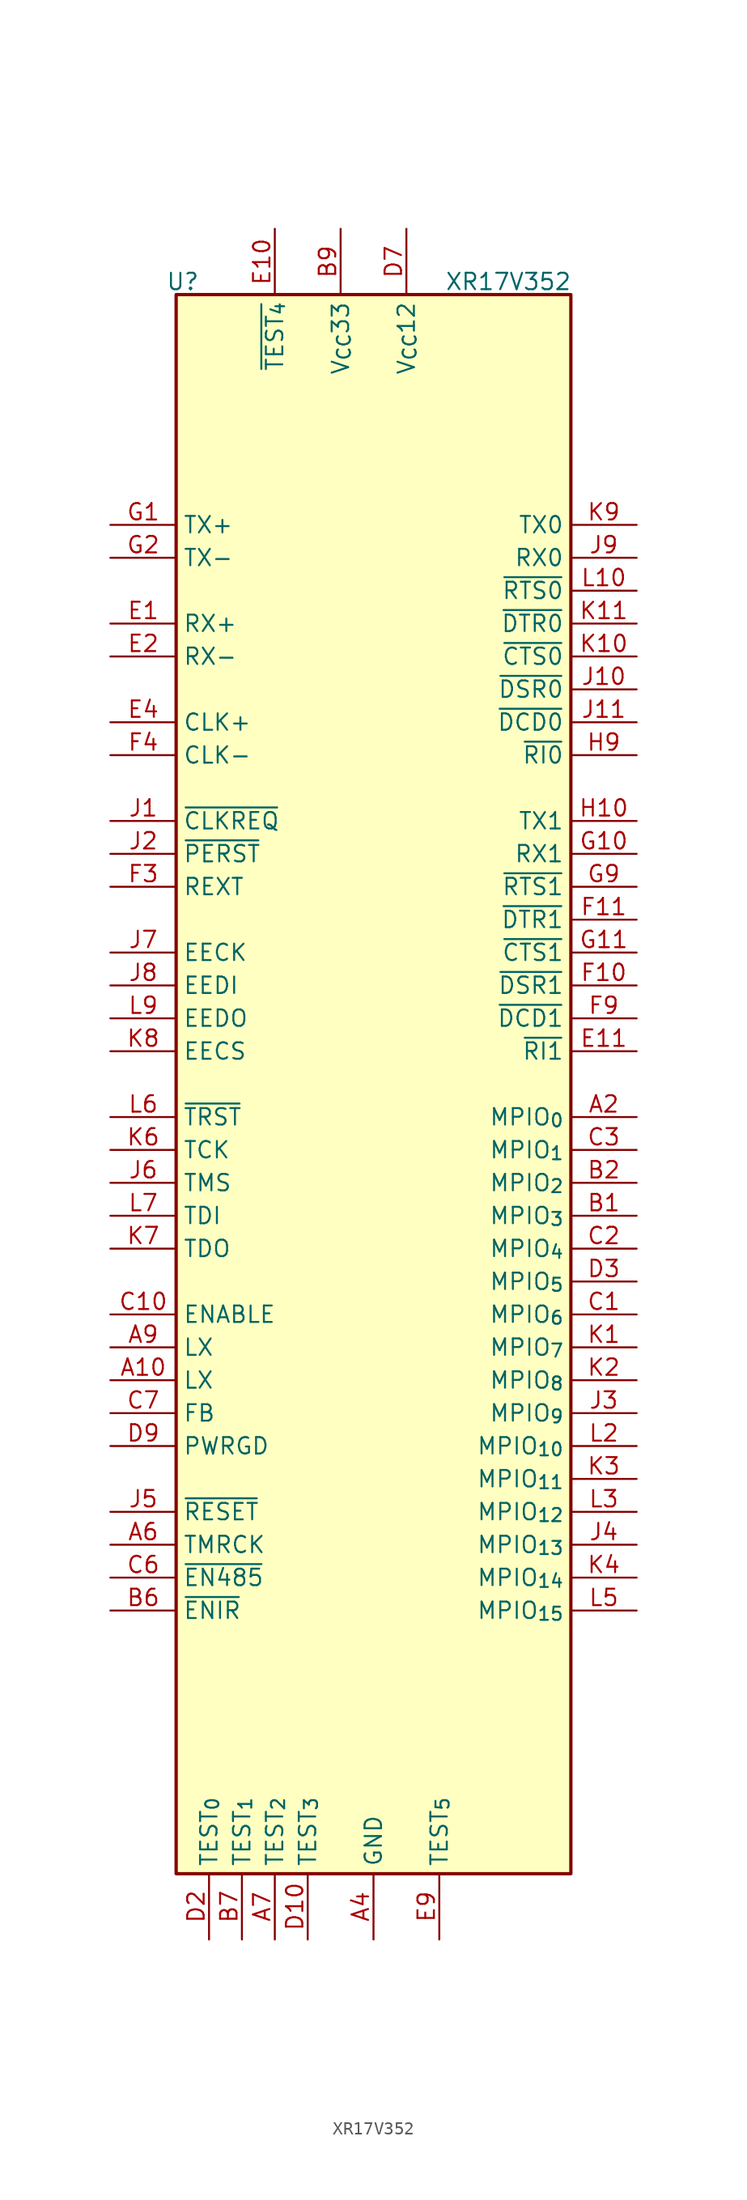
<source format=kicad_sym>
(kicad_symbol_lib
  (version 20241209)
  (generator "kicad_symbol_editor")
  (generator_version "9.0")
  (symbol "XR17V352"
    (property "Reference" "U"
      (at -14.732 61.214 0)
      (effects (font (size 1.27 1.27)) (justify bottom)))
    (property "Value" "XR17V352"
      (at 10.414 61.214 0)
      (effects (font (size 1.27 1.27)) (justify bottom)))
    (symbol "XR17V352_1_1"
      (rectangle (start -15.24 60.96) (end 15.24 -60.96) (stroke (width 0.254) (type solid)) (fill (type background)))
      (pin output line (at -20.32 43.18 0) (length 5.08) (name "TX+" (effects (font (size 1.27 1.27)))) (number "G1" (effects (font (size 1.27 1.27)))))
      (pin output line (at -20.32 40.64 0) (length 5.08) (name "TX-" (effects (font (size 1.27 1.27)))) (number "G2" (effects (font (size 1.27 1.27)))))
      (pin input line (at -20.32 35.56 0) (length 5.08) (name "RX+" (effects (font (size 1.27 1.27)))) (number "E1" (effects (font (size 1.27 1.27)))))
      (pin input line (at -20.32 33.02 0) (length 5.08) (name "RX-" (effects (font (size 1.27 1.27)))) (number "E2" (effects (font (size 1.27 1.27)))))
      (pin input line (at -20.32 27.94 0) (length 5.08) (name "CLK+" (effects (font (size 1.27 1.27)))) (number "E4" (effects (font (size 1.27 1.27)))))
      (pin input line (at -20.32 25.4 0) (length 5.08) (name "CLK-" (effects (font (size 1.27 1.27)))) (number "F4" (effects (font (size 1.27 1.27)))))
      (pin output line (at -20.32 20.32 0) (length 5.08) (name "~{CLKREQ}" (effects (font (size 1.27 1.27)))) (number "J1" (effects (font (size 1.27 1.27)))))
      (pin input line (at -20.32 17.78 0) (length 5.08) (name "~{PERST}" (effects (font (size 1.27 1.27)))) (number "J2" (effects (font (size 1.27 1.27)))))
      (pin passive line (at -20.32 15.24 0) (length 5.08) (name "REXT" (effects (font (size 1.27 1.27)))) (number "F3" (effects (font (size 1.27 1.27)))))
      (pin output line (at -20.32 10.16 0) (length 5.08) (name "EECK" (effects (font (size 1.27 1.27)))) (number "J7" (effects (font (size 1.27 1.27)))))
      (pin output line (at -20.32 7.62 0) (length 5.08) (name "EEDI" (effects (font (size 1.27 1.27)))) (number "J8" (effects (font (size 1.27 1.27)))))
      (pin input line (at -20.32 5.08 0) (length 5.08) (name "EEDO" (effects (font (size 1.27 1.27)))) (number "L9" (effects (font (size 1.27 1.27)))))
      (pin bidirectional line (at -20.32 2.54 0) (length 5.08) (name "EECS" (effects (font (size 1.27 1.27)))) (number "K8" (effects (font (size 1.27 1.27)))))
      (pin input line (at -20.32 -2.54 0) (length 5.08) (name "~{TRST}" (effects (font (size 1.27 1.27)))) (number "L6" (effects (font (size 1.27 1.27)))))
      (pin input line (at -20.32 -5.08 0) (length 5.08) (name "TCK" (effects (font (size 1.27 1.27)))) (number "K6" (effects (font (size 1.27 1.27)))))
      (pin input line (at -20.32 -7.62 0) (length 5.08) (name "TMS" (effects (font (size 1.27 1.27)))) (number "J6" (effects (font (size 1.27 1.27)))))
      (pin input line (at -20.32 -10.16 0) (length 5.08) (name "TDI" (effects (font (size 1.27 1.27)))) (number "L7" (effects (font (size 1.27 1.27)))))
      (pin output line (at -20.32 -12.7 0) (length 5.08) (name "TDO" (effects (font (size 1.27 1.27)))) (number "K7" (effects (font (size 1.27 1.27)))))
      (pin input line (at -20.32 -17.78 0) (length 5.08) (name "ENABLE" (effects (font (size 1.27 1.27)))) (number "C10" (effects (font (size 1.27 1.27)))))
      (pin output line (at -20.32 -20.32 0) (length 5.08) (name "LX" (effects (font (size 1.27 1.27)))) (number "A9" (effects (font (size 1.27 1.27)))))
      (pin output line (at -20.32 -22.86 0) (length 5.08) (name "LX" (effects (font (size 1.27 1.27)))) (number "A10" (effects (font (size 1.27 1.27)))))
      (pin input line (at -20.32 -25.4 0) (length 5.08) (name "FB" (effects (font (size 1.27 1.27)))) (number "C7" (effects (font (size 1.27 1.27)))))
      (pin output line (at -20.32 -27.94 0) (length 5.08) (name "PWRGD" (effects (font (size 1.27 1.27)))) (number "D9" (effects (font (size 1.27 1.27)))))
      (pin input line (at -20.32 -33.02 0) (length 5.08) (name "~{RESET}" (effects (font (size 1.27 1.27)))) (number "J5" (effects (font (size 1.27 1.27)))))
      (pin input line (at -20.32 -35.56 0) (length 5.08) (name "TMRCK" (effects (font (size 1.27 1.27)))) (number "A6" (effects (font (size 1.27 1.27)))))
      (pin input line (at -20.32 -38.1 0) (length 5.08) (name "~{EN485}" (effects (font (size 1.27 1.27)))) (number "C6" (effects (font (size 1.27 1.27)))))
      (pin input line (at -20.32 -40.64 0) (length 5.08) (name "~{ENIR}" (effects (font (size 1.27 1.27)))) (number "B6" (effects (font (size 1.27 1.27)))))
      (pin input line (at -12.7 -66.04 90) (length 5.08) (name "TEST_{0}" (effects (font (size 1.27 1.27)))) (number "D2" (effects (font (size 1.27 1.27)))))
      (pin input line (at -10.16 -66.04 90) (length 5.08) (name "TEST_{1}" (effects (font (size 1.27 1.27)))) (number "B7" (effects (font (size 1.27 1.27)))))
      (pin input line (at -7.62 66.04 270) (length 5.08) (name "~{TEST_{4}}" (effects (font (size 1.27 1.27)))) (number "E10" (effects (font (size 1.27 1.27)))))
      (pin input line (at -7.62 -66.04 90) (length 5.08) (name "TEST_{2}" (effects (font (size 1.27 1.27)))) (number "A7" (effects (font (size 1.27 1.27)))))
      (pin input line (at -5.08 -66.04 90) (length 5.08) (name "TEST_{3}" (effects (font (size 1.27 1.27)))) (number "D10" (effects (font (size 1.27 1.27)))))
      (pin passive line (at -2.54 66.04 270) (length 5.08) (hide yes) (name "V_{CC}33" (effects (font (size 1.27 1.27)))) (number "B10" (effects (font (size 1.27 1.27)))))
      (pin passive line (at -2.54 66.04 270) (length 5.08) (hide yes) (name "V_{CC}33" (effects (font (size 1.27 1.27)))) (number "B11" (effects (font (size 1.27 1.27)))))
      (pin power_in line (at -2.54 66.04 270) (length 5.08) (name "V_{CC}33" (effects (font (size 1.27 1.27)))) (number "B9" (effects (font (size 1.27 1.27)))))
      (pin passive line (at -2.54 66.04 270) (length 5.08) (hide yes) (name "V_{CC}33" (effects (font (size 1.27 1.27)))) (number "C9" (effects (font (size 1.27 1.27)))))
      (pin passive line (at -2.54 66.04 270) (length 5.08) (hide yes) (name "V_{CC}33" (effects (font (size 1.27 1.27)))) (number "D5" (effects (font (size 1.27 1.27)))))
      (pin passive line (at -2.54 66.04 270) (length 5.08) (hide yes) (name "V_{CC}33" (effects (font (size 1.27 1.27)))) (number "E8" (effects (font (size 1.27 1.27)))))
      (pin passive line (at -2.54 66.04 270) (length 5.08) (hide yes) (name "V_{CC}33" (effects (font (size 1.27 1.27)))) (number "H3" (effects (font (size 1.27 1.27)))))
      (pin passive line (at -2.54 66.04 270) (length 5.08) (hide yes) (name "V_{CC}33" (effects (font (size 1.27 1.27)))) (number "H7" (effects (font (size 1.27 1.27)))))
      (pin power_in line (at 0 -66.04 90) (length 5.08) (name "GND" (effects (font (size 1.27 1.27)))) (number "A4" (effects (font (size 1.27 1.27)))))
      (pin passive line (at 0 -66.04 90) (length 5.08) (hide yes) (name "GND" (effects (font (size 1.27 1.27)))) (number "A8" (effects (font (size 1.27 1.27)))))
      (pin passive line (at 0 -66.04 90) (length 5.08) (hide yes) (name "GND" (effects (font (size 1.27 1.27)))) (number "B8" (effects (font (size 1.27 1.27)))))
      (pin passive line (at 0 -66.04 90) (length 5.08) (hide yes) (name "GND" (effects (font (size 1.27 1.27)))) (number "C8" (effects (font (size 1.27 1.27)))))
      (pin passive line (at 0 -66.04 90) (length 5.08) (hide yes) (name "GND" (effects (font (size 1.27 1.27)))) (number "D1" (effects (font (size 1.27 1.27)))))
      (pin passive line (at 0 -66.04 90) (length 5.08) (hide yes) (name "GND" (effects (font (size 1.27 1.27)))) (number "D11" (effects (font (size 1.27 1.27)))))
      (pin passive line (at 0 -66.04 90) (length 5.08) (hide yes) (name "GND" (effects (font (size 1.27 1.27)))) (number "D4" (effects (font (size 1.27 1.27)))))
      (pin passive line (at 0 -66.04 90) (length 5.08) (hide yes) (name "GND" (effects (font (size 1.27 1.27)))) (number "D6" (effects (font (size 1.27 1.27)))))
      (pin passive line (at 0 -66.04 90) (length 5.08) (hide yes) (name "GND" (effects (font (size 1.27 1.27)))) (number "D8" (effects (font (size 1.27 1.27)))))
      (pin passive line (at 0 -66.04 90) (length 5.08) (hide yes) (name "GND" (effects (font (size 1.27 1.27)))) (number "E3" (effects (font (size 1.27 1.27)))))
      (pin passive line (at 0 -66.04 90) (length 5.08) (hide yes) (name "GND" (effects (font (size 1.27 1.27)))) (number "E5" (effects (font (size 1.27 1.27)))))
      (pin passive line (at 0 -66.04 90) (length 5.08) (hide yes) (name "GND" (effects (font (size 1.27 1.27)))) (number "F1" (effects (font (size 1.27 1.27)))))
      (pin passive line (at 0 -66.04 90) (length 5.08) (hide yes) (name "GND" (effects (font (size 1.27 1.27)))) (number "F2" (effects (font (size 1.27 1.27)))))
      (pin passive line (at 0 -66.04 90) (length 5.08) (hide yes) (name "GND" (effects (font (size 1.27 1.27)))) (number "F8" (effects (font (size 1.27 1.27)))))
      (pin passive line (at 0 -66.04 90) (length 5.08) (hide yes) (name "GND" (effects (font (size 1.27 1.27)))) (number "G3" (effects (font (size 1.27 1.27)))))
      (pin passive line (at 0 -66.04 90) (length 5.08) (hide yes) (name "GND" (effects (font (size 1.27 1.27)))) (number "G4" (effects (font (size 1.27 1.27)))))
      (pin passive line (at 0 -66.04 90) (length 5.08) (hide yes) (name "GND" (effects (font (size 1.27 1.27)))) (number "H1" (effects (font (size 1.27 1.27)))))
      (pin passive line (at 0 -66.04 90) (length 5.08) (hide yes) (name "GND" (effects (font (size 1.27 1.27)))) (number "H11" (effects (font (size 1.27 1.27)))))
      (pin passive line (at 0 -66.04 90) (length 5.08) (hide yes) (name "GND" (effects (font (size 1.27 1.27)))) (number "H4" (effects (font (size 1.27 1.27)))))
      (pin passive line (at 0 -66.04 90) (length 5.08) (hide yes) (name "GND" (effects (font (size 1.27 1.27)))) (number "H6" (effects (font (size 1.27 1.27)))))
      (pin passive line (at 0 -66.04 90) (length 5.08) (hide yes) (name "GND" (effects (font (size 1.27 1.27)))) (number "H8" (effects (font (size 1.27 1.27)))))
      (pin passive line (at 0 -66.04 90) (length 5.08) (hide yes) (name "GND" (effects (font (size 1.27 1.27)))) (number "L4" (effects (font (size 1.27 1.27)))))
      (pin passive line (at 0 -66.04 90) (length 5.08) (hide yes) (name "GND" (effects (font (size 1.27 1.27)))) (number "L8" (effects (font (size 1.27 1.27)))))
      (pin power_in line (at 2.54 66.04 270) (length 5.08) (name "V_{CC}12" (effects (font (size 1.27 1.27)))) (number "D7" (effects (font (size 1.27 1.27)))))
      (pin passive line (at 2.54 66.04 270) (length 5.08) (hide yes) (name "V_{CC}12" (effects (font (size 1.27 1.27)))) (number "G8" (effects (font (size 1.27 1.27)))))
      (pin passive line (at 2.54 66.04 270) (length 5.08) (hide yes) (name "V_{CC}12" (effects (font (size 1.27 1.27)))) (number "H2" (effects (font (size 1.27 1.27)))))
      (pin passive line (at 2.54 66.04 270) (length 5.08) (hide yes) (name "V_{CC}12" (effects (font (size 1.27 1.27)))) (number "H5" (effects (font (size 1.27 1.27)))))
      (pin bidirectional line (at 5.08 -66.04 90) (length 5.08) (name "TEST_{5}" (effects (font (size 1.27 1.27)))) (number "E9" (effects (font (size 1.27 1.27)))))
      (pin no_connect line (at 12.7 -66.04 90) (length 5.08) (hide yes) (name "NC" (effects (font (size 1.27 1.27)))) (number "A1" (effects (font (size 1.27 1.27)))))
      (pin no_connect line (at 12.7 -66.04 90) (length 5.08) (hide yes) (name "NC" (effects (font (size 1.27 1.27)))) (number "A11" (effects (font (size 1.27 1.27)))))
      (pin no_connect line (at 12.7 -66.04 90) (length 5.08) (hide yes) (name "NC" (effects (font (size 1.27 1.27)))) (number "A3" (effects (font (size 1.27 1.27)))))
      (pin no_connect line (at 12.7 -66.04 90) (length 5.08) (hide yes) (name "NC" (effects (font (size 1.27 1.27)))) (number "A5" (effects (font (size 1.27 1.27)))))
      (pin no_connect line (at 12.7 -66.04 90) (length 5.08) (hide yes) (name "NC" (effects (font (size 1.27 1.27)))) (number "B3" (effects (font (size 1.27 1.27)))))
      (pin no_connect line (at 12.7 -66.04 90) (length 5.08) (hide yes) (name "NC" (effects (font (size 1.27 1.27)))) (number "B4" (effects (font (size 1.27 1.27)))))
      (pin no_connect line (at 12.7 -66.04 90) (length 5.08) (hide yes) (name "NC" (effects (font (size 1.27 1.27)))) (number "B5" (effects (font (size 1.27 1.27)))))
      (pin no_connect line (at 12.7 -66.04 90) (length 5.08) (hide yes) (name "NC" (effects (font (size 1.27 1.27)))) (number "C11" (effects (font (size 1.27 1.27)))))
      (pin no_connect line (at 12.7 -66.04 90) (length 5.08) (hide yes) (name "NC" (effects (font (size 1.27 1.27)))) (number "C4" (effects (font (size 1.27 1.27)))))
      (pin no_connect line (at 12.7 -66.04 90) (length 5.08) (hide yes) (name "NC" (effects (font (size 1.27 1.27)))) (number "C5" (effects (font (size 1.27 1.27)))))
      (pin no_connect line (at 12.7 -66.04 90) (length 5.08) (hide yes) (name "NC" (effects (font (size 1.27 1.27)))) (number "K5" (effects (font (size 1.27 1.27)))))
      (pin no_connect line (at 12.7 -66.04 90) (length 5.08) (hide yes) (name "NC" (effects (font (size 1.27 1.27)))) (number "L1" (effects (font (size 1.27 1.27)))))
      (pin no_connect line (at 12.7 -66.04 90) (length 5.08) (hide yes) (name "NC" (effects (font (size 1.27 1.27)))) (number "L11" (effects (font (size 1.27 1.27)))))
      (pin output line (at 20.32 43.18 180) (length 5.08) (name "TX0" (effects (font (size 1.27 1.27)))) (number "K9" (effects (font (size 1.27 1.27)))))
      (pin input line (at 20.32 40.64 180) (length 5.08) (name "RX0" (effects (font (size 1.27 1.27)))) (number "J9" (effects (font (size 1.27 1.27)))))
      (pin output line (at 20.32 38.1 180) (length 5.08) (name "~{RTS0}" (effects (font (size 1.27 1.27)))) (number "L10" (effects (font (size 1.27 1.27)))))
      (pin output line (at 20.32 35.56 180) (length 5.08) (name "~{DTR0}" (effects (font (size 1.27 1.27)))) (number "K11" (effects (font (size 1.27 1.27)))))
      (pin input line (at 20.32 33.02 180) (length 5.08) (name "~{CTS0}" (effects (font (size 1.27 1.27)))) (number "K10" (effects (font (size 1.27 1.27)))))
      (pin input line (at 20.32 30.48 180) (length 5.08) (name "~{DSR0}" (effects (font (size 1.27 1.27)))) (number "J10" (effects (font (size 1.27 1.27)))))
      (pin input line (at 20.32 27.94 180) (length 5.08) (name "~{DCD0}" (effects (font (size 1.27 1.27)))) (number "J11" (effects (font (size 1.27 1.27)))))
      (pin input line (at 20.32 25.4 180) (length 5.08) (name "~{RI0}" (effects (font (size 1.27 1.27)))) (number "H9" (effects (font (size 1.27 1.27)))))
      (pin output line (at 20.32 20.32 180) (length 5.08) (name "TX1" (effects (font (size 1.27 1.27)))) (number "H10" (effects (font (size 1.27 1.27)))))
      (pin input line (at 20.32 17.78 180) (length 5.08) (name "RX1" (effects (font (size 1.27 1.27)))) (number "G10" (effects (font (size 1.27 1.27)))))
      (pin output line (at 20.32 15.24 180) (length 5.08) (name "~{RTS1}" (effects (font (size 1.27 1.27)))) (number "G9" (effects (font (size 1.27 1.27)))))
      (pin output line (at 20.32 12.7 180) (length 5.08) (name "~{DTR1}" (effects (font (size 1.27 1.27)))) (number "F11" (effects (font (size 1.27 1.27)))))
      (pin input line (at 20.32 10.16 180) (length 5.08) (name "~{CTS1}" (effects (font (size 1.27 1.27)))) (number "G11" (effects (font (size 1.27 1.27)))))
      (pin input line (at 20.32 7.62 180) (length 5.08) (name "~{DSR1}" (effects (font (size 1.27 1.27)))) (number "F10" (effects (font (size 1.27 1.27)))))
      (pin input line (at 20.32 5.08 180) (length 5.08) (name "~{DCD1}" (effects (font (size 1.27 1.27)))) (number "F9" (effects (font (size 1.27 1.27)))))
      (pin input line (at 20.32 2.54 180) (length 5.08) (name "~{RI1}" (effects (font (size 1.27 1.27)))) (number "E11" (effects (font (size 1.27 1.27)))))
      (pin bidirectional line (at 20.32 -2.54 180) (length 5.08) (name "MPIO_{0}" (effects (font (size 1.27 1.27)))) (number "A2" (effects (font (size 1.27 1.27)))))
      (pin bidirectional line (at 20.32 -5.08 180) (length 5.08) (name "MPIO_{1}" (effects (font (size 1.27 1.27)))) (number "C3" (effects (font (size 1.27 1.27)))))
      (pin bidirectional line (at 20.32 -7.62 180) (length 5.08) (name "MPIO_{2}" (effects (font (size 1.27 1.27)))) (number "B2" (effects (font (size 1.27 1.27)))))
      (pin bidirectional line (at 20.32 -10.16 180) (length 5.08) (name "MPIO_{3}" (effects (font (size 1.27 1.27)))) (number "B1" (effects (font (size 1.27 1.27)))))
      (pin bidirectional line (at 20.32 -12.7 180) (length 5.08) (name "MPIO_{4}" (effects (font (size 1.27 1.27)))) (number "C2" (effects (font (size 1.27 1.27)))))
      (pin bidirectional line (at 20.32 -15.24 180) (length 5.08) (name "MPIO_{5}" (effects (font (size 1.27 1.27)))) (number "D3" (effects (font (size 1.27 1.27)))))
      (pin bidirectional line (at 20.32 -17.78 180) (length 5.08) (name "MPIO_{6}" (effects (font (size 1.27 1.27)))) (number "C1" (effects (font (size 1.27 1.27)))))
      (pin bidirectional line (at 20.32 -20.32 180) (length 5.08) (name "MPIO_{7}" (effects (font (size 1.27 1.27)))) (number "K1" (effects (font (size 1.27 1.27)))))
      (pin bidirectional line (at 20.32 -22.86 180) (length 5.08) (name "MPIO_{8}" (effects (font (size 1.27 1.27)))) (number "K2" (effects (font (size 1.27 1.27)))))
      (pin bidirectional line (at 20.32 -25.4 180) (length 5.08) (name "MPIO_{9}" (effects (font (size 1.27 1.27)))) (number "J3" (effects (font (size 1.27 1.27)))))
      (pin bidirectional line (at 20.32 -27.94 180) (length 5.08) (name "MPIO_{10}" (effects (font (size 1.27 1.27)))) (number "L2" (effects (font (size 1.27 1.27)))))
      (pin bidirectional line (at 20.32 -30.48 180) (length 5.08) (name "MPIO_{11}" (effects (font (size 1.27 1.27)))) (number "K3" (effects (font (size 1.27 1.27)))))
      (pin bidirectional line (at 20.32 -33.02 180) (length 5.08) (name "MPIO_{12}" (effects (font (size 1.27 1.27)))) (number "L3" (effects (font (size 1.27 1.27)))))
      (pin bidirectional line (at 20.32 -35.56 180) (length 5.08) (name "MPIO_{13}" (effects (font (size 1.27 1.27)))) (number "J4" (effects (font (size 1.27 1.27)))))
      (pin bidirectional line (at 20.32 -38.1 180) (length 5.08) (name "MPIO_{14}" (effects (font (size 1.27 1.27)))) (number "K4" (effects (font (size 1.27 1.27)))))
      (pin bidirectional line (at 20.32 -40.64 180) (length 5.08) (name "MPIO_{15}" (effects (font (size 1.27 1.27)))) (number "L5" (effects (font (size 1.27 1.27))))))))
</source>
